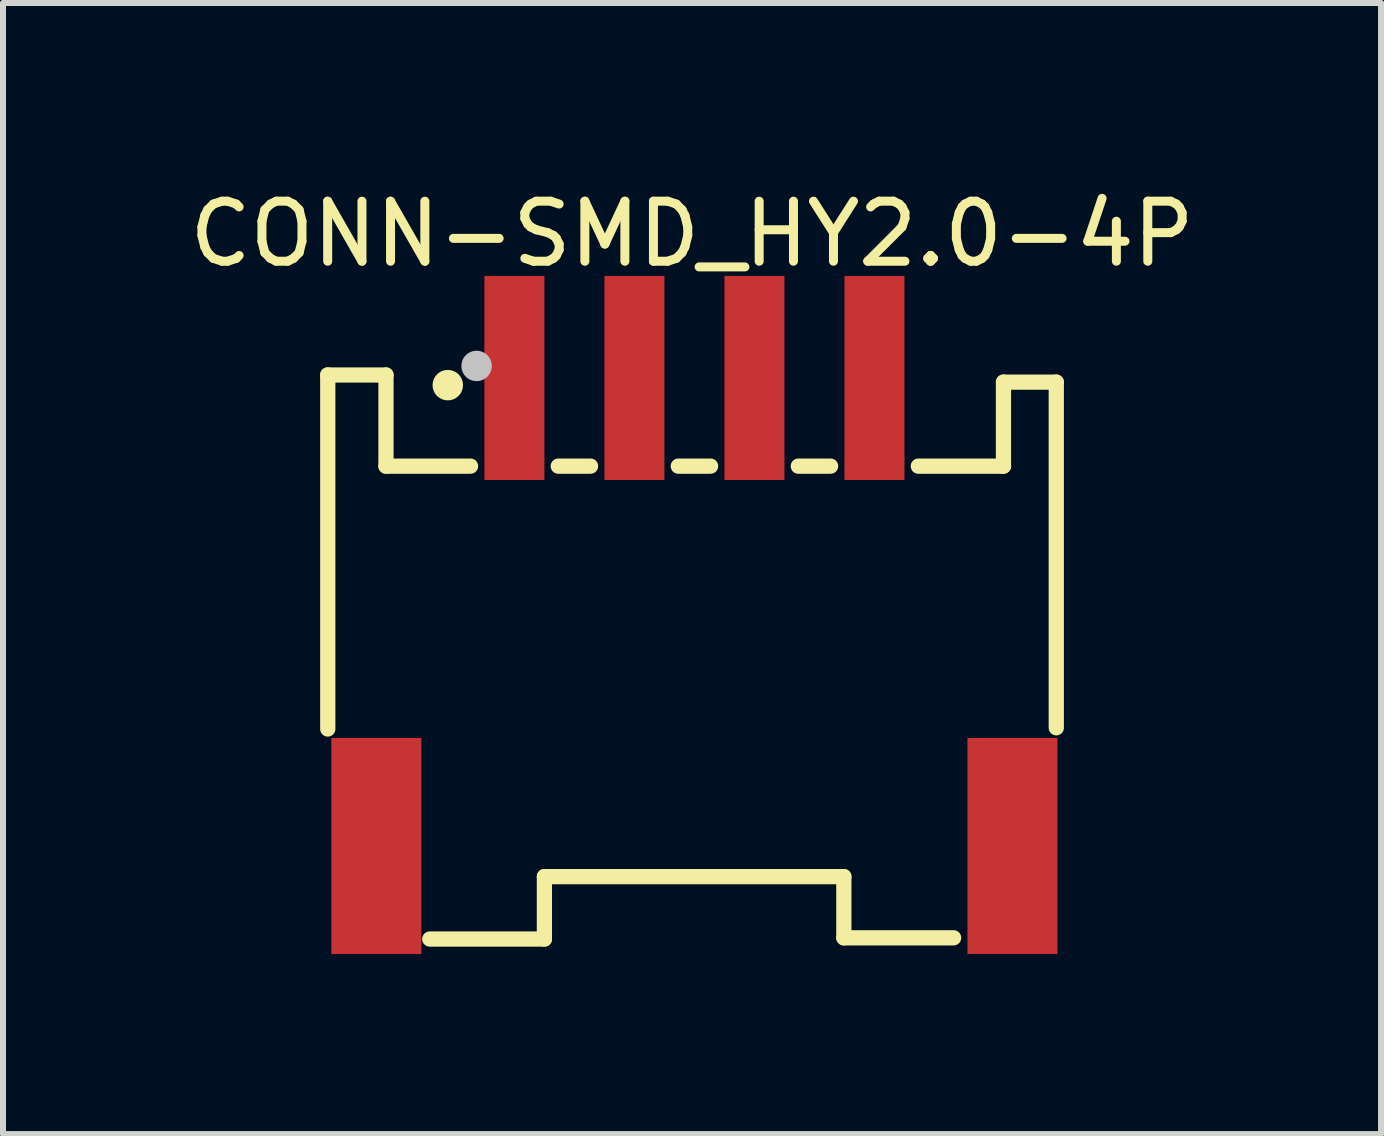
<source format=kicad_pcb>
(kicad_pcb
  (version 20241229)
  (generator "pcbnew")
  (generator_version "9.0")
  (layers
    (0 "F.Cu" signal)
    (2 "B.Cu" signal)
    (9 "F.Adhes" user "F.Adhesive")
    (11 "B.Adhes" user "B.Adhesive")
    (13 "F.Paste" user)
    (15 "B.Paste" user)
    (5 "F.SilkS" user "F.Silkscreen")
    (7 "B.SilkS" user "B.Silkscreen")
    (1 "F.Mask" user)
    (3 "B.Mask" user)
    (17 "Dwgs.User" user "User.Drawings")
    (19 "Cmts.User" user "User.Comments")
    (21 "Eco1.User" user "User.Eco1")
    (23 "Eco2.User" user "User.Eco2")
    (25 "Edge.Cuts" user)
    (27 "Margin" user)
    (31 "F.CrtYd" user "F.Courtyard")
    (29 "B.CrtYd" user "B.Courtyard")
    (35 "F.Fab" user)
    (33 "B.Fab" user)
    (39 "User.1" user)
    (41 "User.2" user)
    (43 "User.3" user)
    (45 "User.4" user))
  (footprint "CONN-SMD_HY2.0-4P"
    (layer "F.Cu")
    (at 8.522 7.148)
    (property "Reference" "CONN-SMD_HY2.0-4P" (at -0.04 -6.3 0) (unlocked yes) (layer "F.SilkS") (effects (font (size 1 1) (thickness 0.15))))
    (fp_line (start -6.11 -3.949) (end -5.14 -3.949) (stroke (width 0.254) (type default)) (layer "F.SilkS"))
    (fp_line (start -6.11 1.95) (end -6.11 -3.95) (stroke (width 0.254) (type default)) (layer "F.SilkS"))
    (fp_line (start -5.14 -3.949) (end -5.14 -2.43) (stroke (width 0.254) (type default)) (layer "F.SilkS"))
    (fp_line (start -5.14 -2.43) (end -3.731 -2.43) (stroke (width 0.254) (type default)) (layer "F.SilkS"))
    (fp_line (start -4.41 5.45) (end -2.5 5.45) (stroke (width 0.254) (type default)) (layer "F.SilkS"))
    (fp_line (start -2.5 4.41) (end 2.49 4.41) (stroke (width 0.254) (type default)) (layer "F.SilkS"))
    (fp_line (start -2.5 5.45) (end -2.5 4.41) (stroke (width 0.254) (type default)) (layer "F.SilkS"))
    (fp_line (start -2.269 -2.43) (end -1.731 -2.43) (stroke (width 0.254) (type default)) (layer "F.SilkS"))
    (fp_line (start -0.269 -2.43) (end 0.269 -2.43) (stroke (width 0.254) (type default)) (layer "F.SilkS"))
    (fp_line (start 1.731 -2.43) (end 2.269 -2.43) (stroke (width 0.254) (type default)) (layer "F.SilkS"))
    (fp_line (start 2.49 4.41) (end 2.49 5.43) (stroke (width 0.254) (type default)) (layer "F.SilkS"))
    (fp_line (start 2.49 5.43) (end 4.319 5.43) (stroke (width 0.254) (type default)) (layer "F.SilkS"))
    (fp_line (start 3.731 -2.43) (end 5.15 -2.43) (stroke (width 0.254) (type default)) (layer "F.SilkS"))
    (fp_line (start 5.15 -3.83) (end 6.03 -3.83) (stroke (width 0.254) (type default)) (layer "F.SilkS"))
    (fp_line (start 5.15 -2.43) (end 5.15 -3.83) (stroke (width 0.254) (type default)) (layer "F.SilkS"))
    (fp_line (start 6.03 -3.83) (end 6.03 1.93) (stroke (width 0.254) (type default)) (layer "F.SilkS"))
    (fp_circle (center -4.11 -3.78) (end -3.983 -3.78) (stroke (width 0.254) (type default)) (fill no) (layer "F.SilkS"))
    (fp_circle (center -3.63 -4.1) (end -3.503 -4.1) (stroke (width 0.254) (type default)) (fill no) (layer "Dwgs.User"))
    (fp_poly (pts (xy -5.1 5.19) (xy -5.5 5.19) (xy -5.5 2.59) (xy -5.1 2.59)) (stroke (width 0.1) (type default)) (fill no) (layer "User.1"))
    (fp_poly (pts (xy -2.75 -2.2) (xy -3.25 -2.2) (xy -3.25 -4.91) (xy -2.75 -4.91)) (stroke (width 0.1) (type default)) (fill no) (layer "User.1"))
    (fp_poly (pts (xy -0.75 -2.2) (xy -1.25 -2.2) (xy -1.25 -4.91) (xy -0.75 -4.91)) (stroke (width 0.1) (type default)) (fill no) (layer "User.1"))
    (fp_poly (pts (xy 1.25 -2.2) (xy 0.75 -2.2) (xy 0.75 -4.91) (xy 1.25 -4.91)) (stroke (width 0.1) (type default)) (fill no) (layer "User.1"))
    (fp_poly (pts (xy 3.25 -2.2) (xy 2.75 -2.2) (xy 2.75 -4.91) (xy 3.25 -4.91)) (stroke (width 0.1) (type default)) (fill no) (layer "User.1"))
    (fp_poly (pts (xy 5.5 5.19) (xy 5.1 5.19) (xy 5.1 2.59) (xy 5.5 2.59)) (stroke (width 0.1) (type default)) (fill no) (layer "User.1"))
    (fp_line (start -6 -3.85) (end -5.2 -3.85) (stroke (width 0.051) (type default)) (layer "User.2"))
    (fp_line (start -6 5.375) (end -6 -3.85) (stroke (width 0.051) (type default)) (layer "User.2"))
    (fp_line (start -5.2 -3.85) (end -5.2 -2.4) (stroke (width 0.051) (type default)) (layer "User.2"))
    (fp_line (start -5.2 -2.4) (end 5.2 -2.41) (stroke (width 0.051) (type default)) (layer "User.2"))
    (fp_line (start 5.2 -3.85) (end 6 -3.85) (stroke (width 0.051) (type default)) (layer "User.2"))
    (fp_line (start 5.2 -2.41) (end 5.2 -3.85) (stroke (width 0.051) (type default)) (layer "User.2"))
    (fp_line (start 6 -3.85) (end 6 5.375) (stroke (width 0.051) (type default)) (layer "User.2"))
    (fp_line (start 6 5.375) (end -6 5.375) (stroke (width 0.051) (type default)) (layer "User.2"))
    (fp_poly (pts (xy -5.94 -4.91) (xy -5.958 -4.952) (xy -6 -4.97) (xy -6.042 -4.952) (xy -6.06 -4.91) (xy -6.042 -4.868) (xy -6 -4.85) (xy -5.958 -4.868)) (stroke (width 0.1) (type default)) (fill no) (layer "User.3"))
    (pad "1" smd rect (at -3 -3.9 180) (size 1 3.4) (layers "F.Cu" "F.Mask" "F.Paste"))
    (pad "2" smd rect (at -1 -3.9 180) (size 1 3.4) (layers "F.Cu" "F.Mask" "F.Paste"))
    (pad "3" smd rect (at 1 -3.9 180) (size 1 3.4) (layers "F.Cu" "F.Mask" "F.Paste"))
    (pad "4" smd rect (at 3 -3.9 180) (size 1 3.4) (layers "F.Cu" "F.Mask" "F.Paste"))
    (pad "5" smd rect (at 5.3 3.9 180) (size 1.5 3.6) (layers "F.Cu" "F.Mask" "F.Paste"))
    (pad "6" smd rect (at -5.3 3.9 180) (size 1.5 3.6) (layers "F.Cu" "F.Mask" "F.Paste")))
  (gr_rect
    (start -3 -3)
    (end 19.964 15.848)
    (stroke (width 0.1) (type default))
    (fill no)
    (layer "Edge.Cuts")))
</source>
